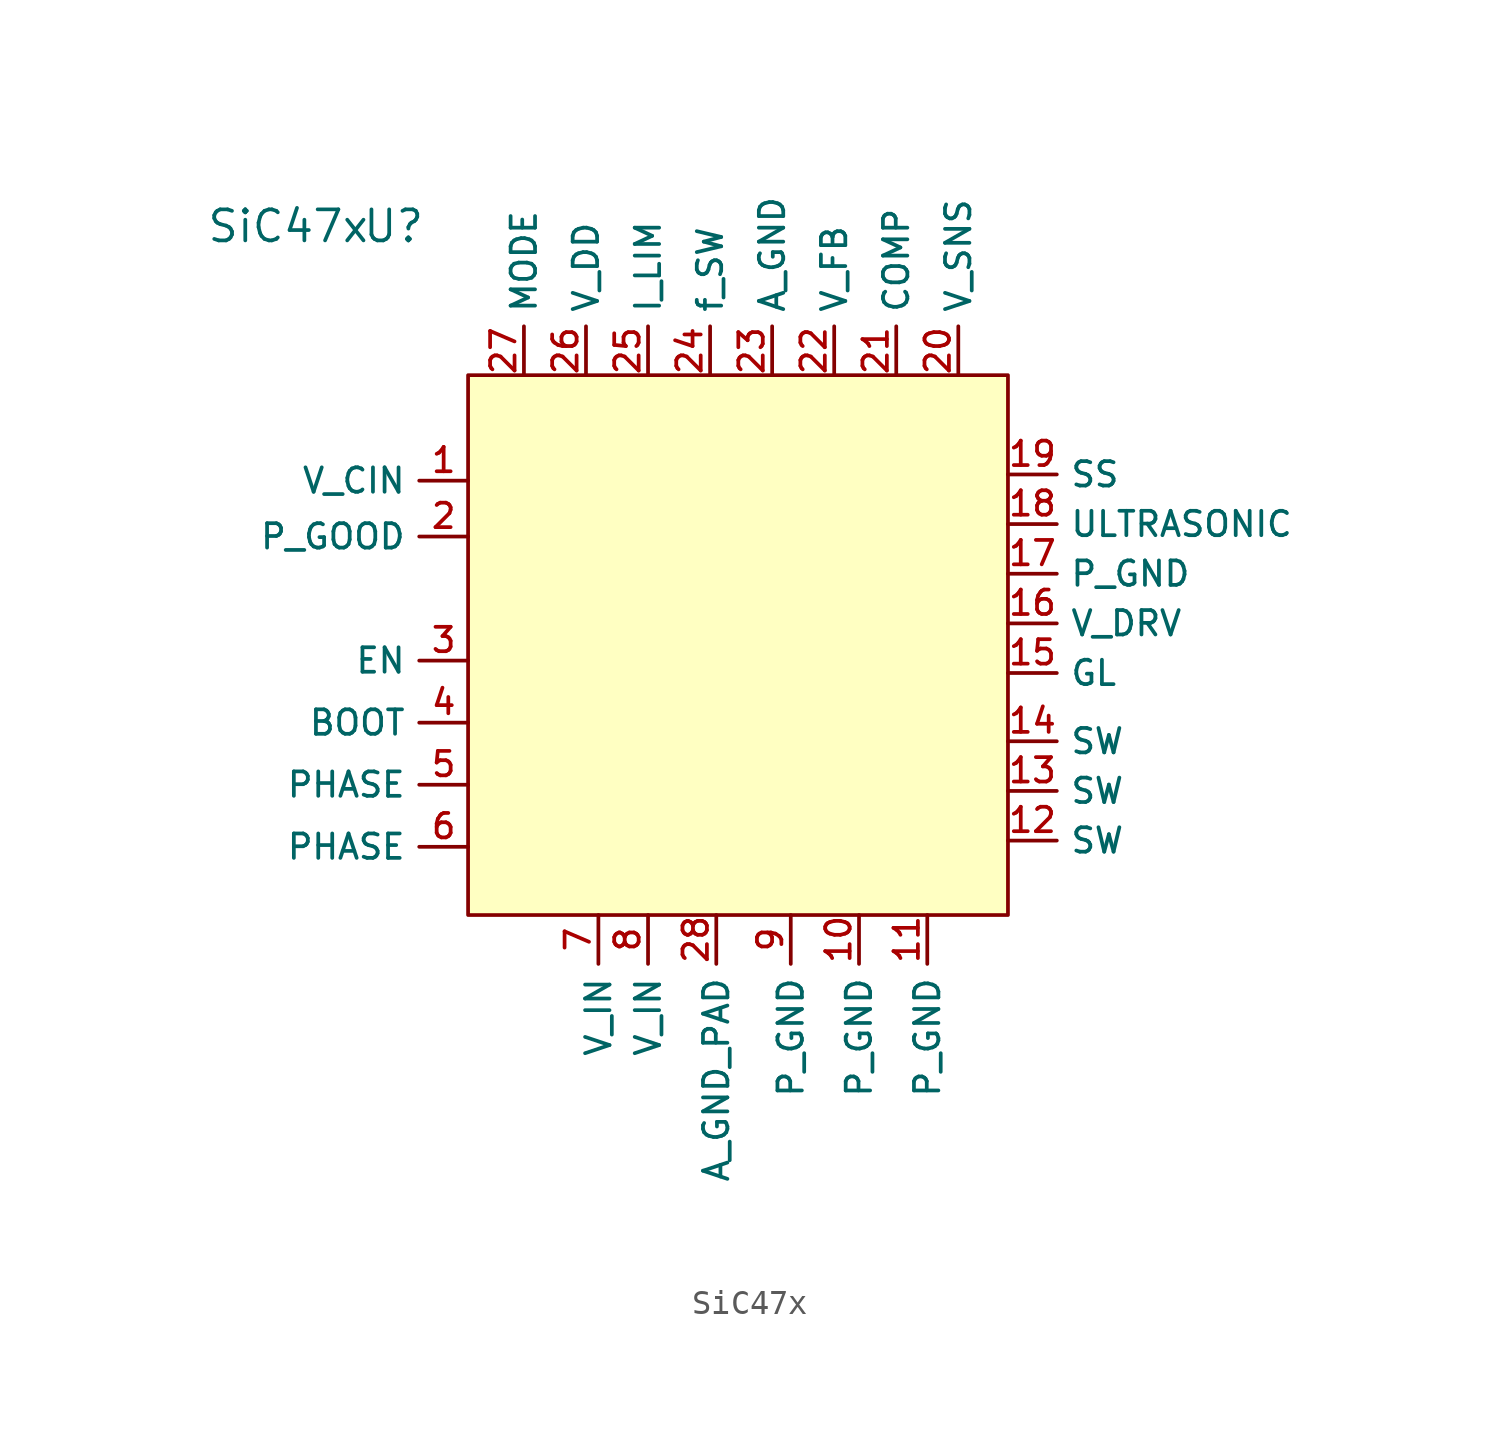
<source format=kicad_sym>
(kicad_symbol_lib
  (version 20211014)
  (generator kicad_symbol_editor)
  (symbol "SiC47x"
    (property "Reference" "U"
      (at -3.048 6.096 0)
      (effects (font (size 1.27 1.27))))
    (property "Value" "SiC47x"
      (at -7.366 6.096 0)
      (effects (font (size 1.27 1.27))))
    (symbol "SiC47x_0_1"
      (rectangle (start 0 0) (end 22.098 -22.098) (stroke (width 0) (type default) (color 0 0 0 0)) (fill (type background))))
    (symbol "SiC47x_1_1"
      (pin power_in line (at 0 -4.318 180) (length 2) (name "V_CIN" (effects (font (size 1 1)))) (number "1" (effects (font (size 1 1)))))
      (pin power_in line (at 16.002 -22.098 270) (length 2) (name "P_GND" (effects (font (size 1 1)))) (number "10" (effects (font (size 1 1)))))
      (pin power_in line (at 18.796 -22.098 270) (length 2) (name "P_GND" (effects (font (size 1 1)))) (number "11" (effects (font (size 1 1)))))
      (pin power_out line (at 22.098 -19.05 0) (length 2) (name "SW" (effects (font (size 1 1)))) (number "12" (effects (font (size 1 1)))))
      (pin power_out line (at 22.098 -17.018 0) (length 2) (name "SW" (effects (font (size 1 1)))) (number "13" (effects (font (size 1 1)))))
      (pin power_out line (at 22.098 -14.986 0) (length 2) (name "SW" (effects (font (size 1 1)))) (number "14" (effects (font (size 1 1)))))
      (pin input line (at 22.098 -12.192 0) (length 2) (name "GL" (effects (font (size 1 1)))) (number "15" (effects (font (size 1 1)))))
      (pin power_in line (at 22.098 -10.16 0) (length 2) (name "V_DRV" (effects (font (size 1 1)))) (number "16" (effects (font (size 1 1)))))
      (pin power_in line (at 22.098 -8.128 0) (length 2) (name "P_GND" (effects (font (size 1 1)))) (number "17" (effects (font (size 1 1)))))
      (pin input line (at 22.098 -6.096 0) (length 2) (name "ULTRASONIC" (effects (font (size 1 1)))) (number "18" (effects (font (size 1 1)))))
      (pin input line (at 22.098 -4.064 0) (length 2) (name "SS" (effects (font (size 1 1)))) (number "19" (effects (font (size 1 1)))))
      (pin input line (at 0 -6.604 180) (length 2) (name "P_GOOD" (effects (font (size 1 1)))) (number "2" (effects (font (size 1 1)))))
      (pin output line (at 20.066 0 90) (length 2) (name "V_SNS" (effects (font (size 1 1)))) (number "20" (effects (font (size 1 1)))))
      (pin output line (at 17.526 0 90) (length 2) (name "COMP" (effects (font (size 1 1)))) (number "21" (effects (font (size 1 1)))))
      (pin input line (at 14.986 0 90) (length 2) (name "V_FB" (effects (font (size 1 1)))) (number "22" (effects (font (size 1 1)))))
      (pin power_in line (at 12.446 0 90) (length 2) (name "A_GND" (effects (font (size 1 1)))) (number "23" (effects (font (size 1 1)))))
      (pin input line (at 9.906 0 90) (length 2) (name "f_SW" (effects (font (size 1 1)))) (number "24" (effects (font (size 1 1)))))
      (pin input line (at 7.366 0 90) (length 2) (name "I_LIM" (effects (font (size 1 1)))) (number "25" (effects (font (size 1 1)))))
      (pin power_in line (at 4.826 0 90) (length 2) (name "V_DD" (effects (font (size 1 1)))) (number "26" (effects (font (size 1 1)))))
      (pin input line (at 2.286 0 90) (length 2) (name "MODE" (effects (font (size 1 1)))) (number "27" (effects (font (size 1 1)))))
      (pin power_in line (at 10.16 -22.098 270) (length 2) (name "A_GND_PAD" (effects (font (size 1 1)))) (number "28" (effects (font (size 1 1)))))
      (pin input line (at 0 -11.684 180) (length 2) (name "EN" (effects (font (size 1 1)))) (number "3" (effects (font (size 1 1)))))
      (pin power_in line (at 0 -14.224 180) (length 2) (name "BOOT" (effects (font (size 1 1)))) (number "4" (effects (font (size 1 1)))))
      (pin input line (at 0 -16.764 180) (length 2) (name "PHASE" (effects (font (size 1 1)))) (number "5" (effects (font (size 1 1)))))
      (pin input line (at 0 -19.304 180) (length 2) (name "PHASE" (effects (font (size 1 1)))) (number "6" (effects (font (size 1 1)))))
      (pin power_in line (at 5.334 -22.098 270) (length 2) (name "V_IN" (effects (font (size 1 1)))) (number "7" (effects (font (size 1 1)))))
      (pin power_in line (at 7.366 -22.098 270) (length 2) (name "V_IN" (effects (font (size 1 1)))) (number "8" (effects (font (size 1 1)))))
      (pin power_in line (at 13.208 -22.098 270) (length 2) (name "P_GND" (effects (font (size 1 1)))) (number "9" (effects (font (size 1 1))))))))
</source>
